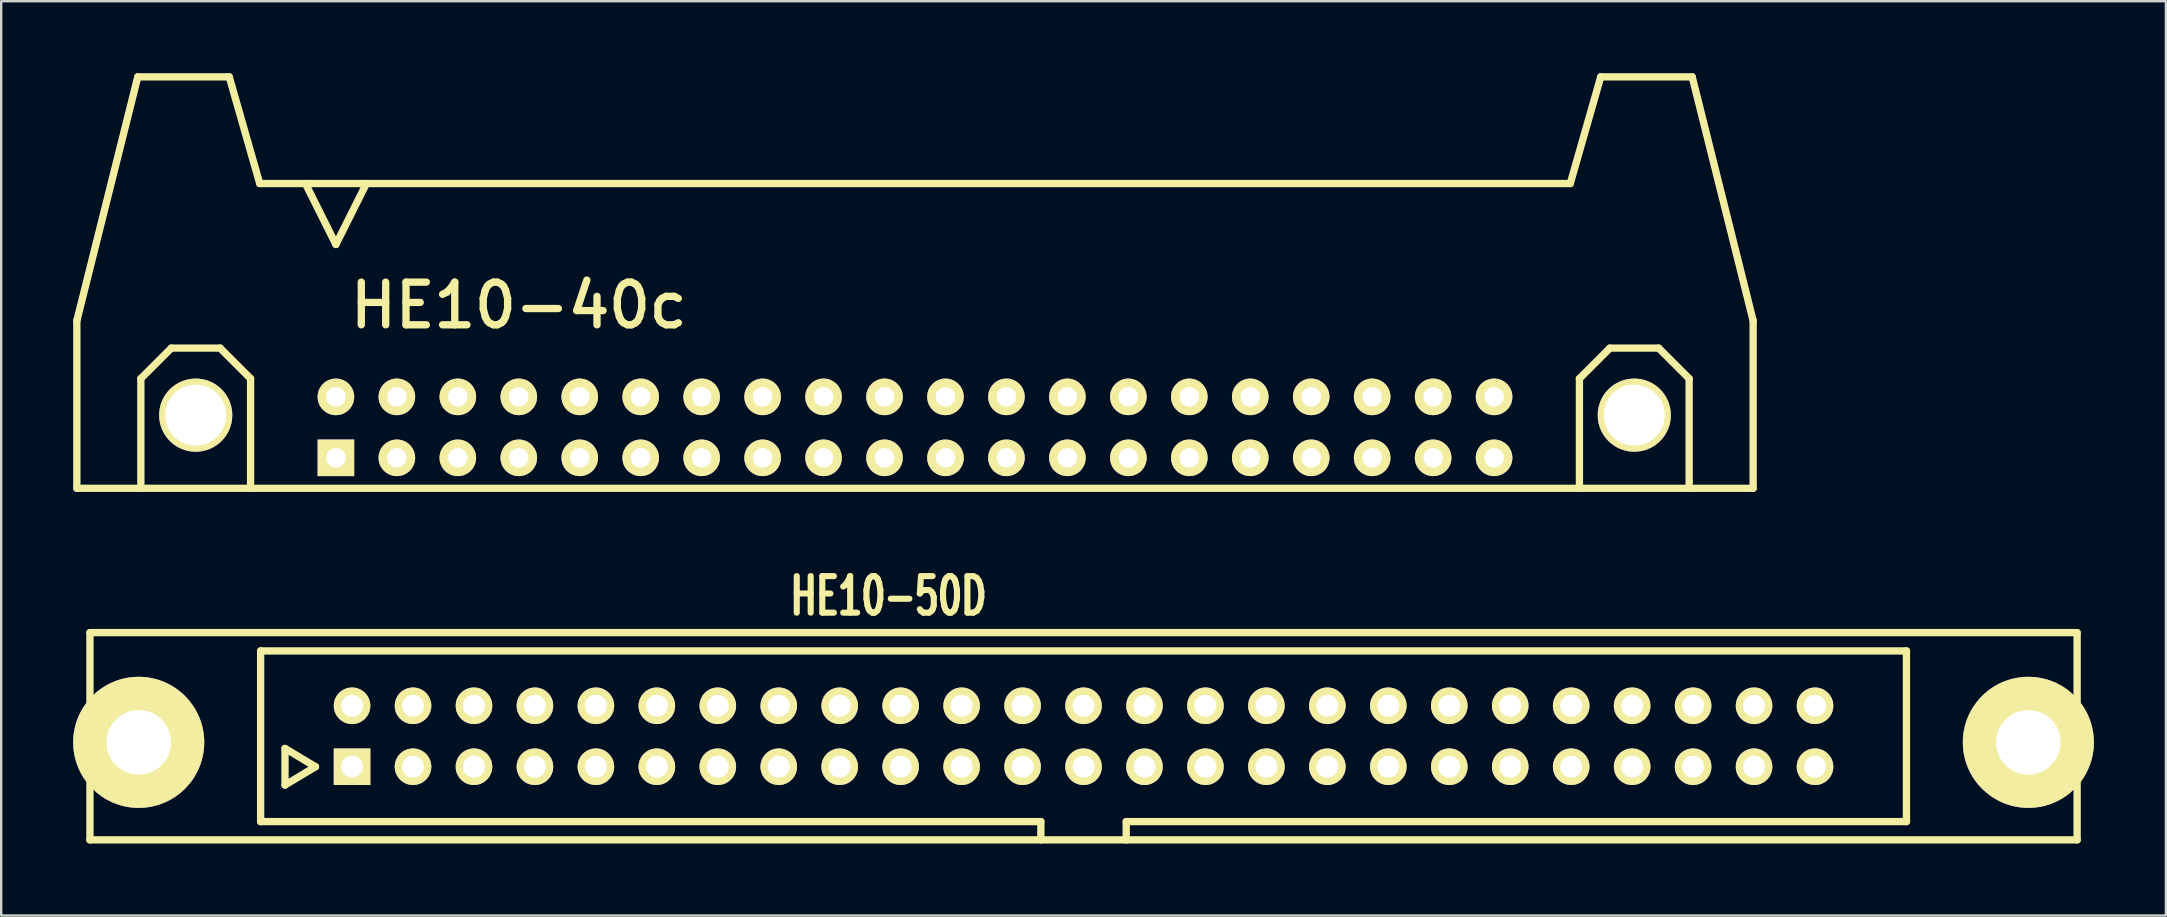
<source format=kicad_pcb>
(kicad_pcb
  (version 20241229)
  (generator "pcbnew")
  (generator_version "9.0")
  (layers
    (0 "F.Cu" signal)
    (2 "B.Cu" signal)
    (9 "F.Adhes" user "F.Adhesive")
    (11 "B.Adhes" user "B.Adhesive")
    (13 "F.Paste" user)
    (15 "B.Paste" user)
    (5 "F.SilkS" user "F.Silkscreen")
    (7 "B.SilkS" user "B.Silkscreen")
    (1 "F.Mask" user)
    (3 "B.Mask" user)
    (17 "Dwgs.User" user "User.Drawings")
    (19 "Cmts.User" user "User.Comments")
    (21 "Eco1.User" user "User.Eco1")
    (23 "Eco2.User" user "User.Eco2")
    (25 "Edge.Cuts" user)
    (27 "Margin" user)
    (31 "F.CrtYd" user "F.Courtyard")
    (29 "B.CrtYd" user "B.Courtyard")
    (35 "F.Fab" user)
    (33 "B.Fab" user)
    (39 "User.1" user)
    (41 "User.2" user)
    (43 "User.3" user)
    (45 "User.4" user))
  (footprint "HE10-50D"
    (layer "F.Cu")
    (at 42.1 27.629)
    (property "Reference" "HE10-50D" (at -8.128 -5.842 0) (layer "F.SilkS") (effects (font (size 1.524 1.016) (thickness 0.254))))
    (attr through_hole)
    (fp_line (start -41.402 -4.318) (end -41.402 4.318) (stroke (width 0.305) (type solid)) (layer "F.SilkS"))
    (fp_line (start -41.402 4.318) (end 41.402 4.318) (stroke (width 0.305) (type solid)) (layer "F.SilkS"))
    (fp_line (start -34.29 -3.556) (end 34.29 -3.556) (stroke (width 0.305) (type solid)) (layer "F.SilkS"))
    (fp_line (start -34.29 3.556) (end -34.29 -3.556) (stroke (width 0.305) (type solid)) (layer "F.SilkS"))
    (fp_line (start -33.274 0.508) (end -33.274 2.032) (stroke (width 0.305) (type solid)) (layer "F.SilkS"))
    (fp_line (start -33.274 2.032) (end -32.004 1.27) (stroke (width 0.305) (type solid)) (layer "F.SilkS"))
    (fp_line (start -32.004 1.27) (end -33.274 0.508) (stroke (width 0.305) (type solid)) (layer "F.SilkS"))
    (fp_line (start -1.778 3.556) (end -34.29 3.556) (stroke (width 0.305) (type solid)) (layer "F.SilkS"))
    (fp_line (start -1.778 4.318) (end -1.778 3.556) (stroke (width 0.305) (type solid)) (layer "F.SilkS"))
    (fp_line (start 1.778 3.556) (end 1.778 4.318) (stroke (width 0.305) (type solid)) (layer "F.SilkS"))
    (fp_line (start 34.29 -3.556) (end 34.29 3.556) (stroke (width 0.305) (type solid)) (layer "F.SilkS"))
    (fp_line (start 34.29 3.556) (end 1.778 3.556) (stroke (width 0.305) (type solid)) (layer "F.SilkS"))
    (fp_line (start 41.402 -4.318) (end -41.402 -4.318) (stroke (width 0.305) (type solid)) (layer "F.SilkS"))
    (fp_line (start 41.402 4.318) (end 41.402 -4.318) (stroke (width 0.305) (type solid)) (layer "F.SilkS"))
    (pad "" thru_hole circle (at -39.37 0.254) (size 5.461 5.461) (drill 2.692) (layers "*.Cu" "*.Mask" "F.SilkS"))
    (pad "" thru_hole circle (at 39.37 0.254) (size 5.461 5.461) (drill 2.692) (layers "*.Cu" "*.Mask" "F.SilkS"))
    (pad "1" thru_hole rect (at -30.48 1.27) (size 1.524 1.524) (drill 0.914) (layers "*.Cu" "*.Mask" "F.SilkS"))
    (pad "2" thru_hole circle (at -30.48 -1.27) (size 1.524 1.524) (drill 0.914) (layers "*.Cu" "*.Mask" "F.SilkS"))
    (pad "3" thru_hole circle (at -27.94 1.27) (size 1.524 1.524) (drill 0.914) (layers "*.Cu" "*.Mask" "F.SilkS"))
    (pad "4" thru_hole circle (at -27.94 -1.27) (size 1.524 1.524) (drill 0.914) (layers "*.Cu" "*.Mask" "F.SilkS"))
    (pad "5" thru_hole circle (at -25.4 1.27) (size 1.524 1.524) (drill 0.914) (layers "*.Cu" "*.Mask" "F.SilkS"))
    (pad "6" thru_hole circle (at -25.4 -1.27) (size 1.524 1.524) (drill 0.914) (layers "*.Cu" "*.Mask" "F.SilkS"))
    (pad "7" thru_hole circle (at -22.86 1.27) (size 1.524 1.524) (drill 0.914) (layers "*.Cu" "*.Mask" "F.SilkS"))
    (pad "8" thru_hole circle (at -22.86 -1.27) (size 1.524 1.524) (drill 0.914) (layers "*.Cu" "*.Mask" "F.SilkS"))
    (pad "9" thru_hole circle (at -20.32 1.27) (size 1.524 1.524) (drill 0.914) (layers "*.Cu" "*.Mask" "F.SilkS"))
    (pad "10" thru_hole circle (at -20.32 -1.27) (size 1.524 1.524) (drill 0.914) (layers "*.Cu" "*.Mask" "F.SilkS"))
    (pad "11" thru_hole circle (at -17.78 1.27) (size 1.524 1.524) (drill 0.914) (layers "*.Cu" "*.Mask" "F.SilkS"))
    (pad "12" thru_hole circle (at -17.78 -1.27) (size 1.524 1.524) (drill 0.914) (layers "*.Cu" "*.Mask" "F.SilkS"))
    (pad "13" thru_hole circle (at -15.24 1.27) (size 1.524 1.524) (drill 0.914) (layers "*.Cu" "*.Mask" "F.SilkS"))
    (pad "14" thru_hole circle (at -15.24 -1.27) (size 1.524 1.524) (drill 0.914) (layers "*.Cu" "*.Mask" "F.SilkS"))
    (pad "15" thru_hole circle (at -12.7 1.27) (size 1.524 1.524) (drill 0.914) (layers "*.Cu" "*.Mask" "F.SilkS"))
    (pad "16" thru_hole circle (at -12.7 -1.27) (size 1.524 1.524) (drill 0.914) (layers "*.Cu" "*.Mask" "F.SilkS"))
    (pad "17" thru_hole circle (at -10.16 1.27) (size 1.524 1.524) (drill 0.914) (layers "*.Cu" "*.Mask" "F.SilkS"))
    (pad "18" thru_hole circle (at -10.16 -1.27) (size 1.524 1.524) (drill 0.914) (layers "*.Cu" "*.Mask" "F.SilkS"))
    (pad "19" thru_hole circle (at -7.62 1.27) (size 1.524 1.524) (drill 0.914) (layers "*.Cu" "*.Mask" "F.SilkS"))
    (pad "20" thru_hole circle (at -7.62 -1.27) (size 1.524 1.524) (drill 0.914) (layers "*.Cu" "*.Mask" "F.SilkS"))
    (pad "21" thru_hole circle (at -5.08 1.27) (size 1.524 1.524) (drill 0.914) (layers "*.Cu" "*.Mask" "F.SilkS"))
    (pad "22" thru_hole circle (at -5.08 -1.27) (size 1.524 1.524) (drill 0.914) (layers "*.Cu" "*.Mask" "F.SilkS"))
    (pad "23" thru_hole circle (at -2.54 1.27) (size 1.524 1.524) (drill 0.914) (layers "*.Cu" "*.Mask" "F.SilkS"))
    (pad "24" thru_hole circle (at -2.54 -1.27) (size 1.524 1.524) (drill 0.914) (layers "*.Cu" "*.Mask" "F.SilkS"))
    (pad "25" thru_hole circle (at 0 1.27) (size 1.524 1.524) (drill 0.914) (layers "*.Cu" "*.Mask" "F.SilkS"))
    (pad "26" thru_hole circle (at 0 -1.27) (size 1.524 1.524) (drill 0.914) (layers "*.Cu" "*.Mask" "F.SilkS"))
    (pad "27" thru_hole circle (at 2.54 1.27) (size 1.524 1.524) (drill 0.914) (layers "*.Cu" "*.Mask" "F.SilkS"))
    (pad "28" thru_hole circle (at 2.54 -1.27) (size 1.524 1.524) (drill 0.914) (layers "*.Cu" "*.Mask" "F.SilkS"))
    (pad "29" thru_hole circle (at 5.08 1.27) (size 1.524 1.524) (drill 0.914) (layers "*.Cu" "*.Mask" "F.SilkS"))
    (pad "30" thru_hole circle (at 5.08 -1.27) (size 1.524 1.524) (drill 0.914) (layers "*.Cu" "*.Mask" "F.SilkS"))
    (pad "31" thru_hole circle (at 7.62 1.27) (size 1.524 1.524) (drill 0.914) (layers "*.Cu" "*.Mask" "F.SilkS"))
    (pad "32" thru_hole circle (at 7.62 -1.27) (size 1.524 1.524) (drill 0.914) (layers "*.Cu" "*.Mask" "F.SilkS"))
    (pad "33" thru_hole circle (at 10.16 1.27) (size 1.524 1.524) (drill 0.914) (layers "*.Cu" "*.Mask" "F.SilkS"))
    (pad "34" thru_hole circle (at 10.16 -1.27) (size 1.524 1.524) (drill 0.914) (layers "*.Cu" "*.Mask" "F.SilkS"))
    (pad "35" thru_hole circle (at 12.7 1.27) (size 1.524 1.524) (drill 0.914) (layers "*.Cu" "*.Mask" "F.SilkS"))
    (pad "36" thru_hole circle (at 12.7 -1.27) (size 1.524 1.524) (drill 0.914) (layers "*.Cu" "*.Mask" "F.SilkS"))
    (pad "37" thru_hole circle (at 15.24 1.27) (size 1.524 1.524) (drill 0.914) (layers "*.Cu" "*.Mask" "F.SilkS"))
    (pad "38" thru_hole circle (at 15.24 -1.27) (size 1.524 1.524) (drill 0.914) (layers "*.Cu" "*.Mask" "F.SilkS"))
    (pad "39" thru_hole circle (at 17.78 1.27) (size 1.524 1.524) (drill 0.914) (layers "*.Cu" "*.Mask" "F.SilkS"))
    (pad "40" thru_hole circle (at 17.78 -1.27) (size 1.524 1.524) (drill 0.914) (layers "*.Cu" "*.Mask" "F.SilkS"))
    (pad "41" thru_hole circle (at 20.32 1.27) (size 1.524 1.524) (drill 0.914) (layers "*.Cu" "*.Mask" "F.SilkS"))
    (pad "42" thru_hole circle (at 20.32 -1.27) (size 1.524 1.524) (drill 0.914) (layers "*.Cu" "*.Mask" "F.SilkS"))
    (pad "43" thru_hole circle (at 22.86 1.27) (size 1.524 1.524) (drill 0.914) (layers "*.Cu" "*.Mask" "F.SilkS"))
    (pad "44" thru_hole circle (at 22.86 -1.27) (size 1.524 1.524) (drill 0.914) (layers "*.Cu" "*.Mask" "F.SilkS"))
    (pad "45" thru_hole circle (at 25.4 1.27) (size 1.524 1.524) (drill 0.914) (layers "*.Cu" "*.Mask" "F.SilkS"))
    (pad "46" thru_hole circle (at 25.4 -1.27) (size 1.524 1.524) (drill 0.914) (layers "*.Cu" "*.Mask" "F.SilkS"))
    (pad "47" thru_hole circle (at 27.94 1.27) (size 1.524 1.524) (drill 0.914) (layers "*.Cu" "*.Mask" "F.SilkS"))
    (pad "48" thru_hole circle (at 27.94 -1.27) (size 1.524 1.524) (drill 0.914) (layers "*.Cu" "*.Mask" "F.SilkS"))
    (pad "49" thru_hole circle (at 30.48 1.27) (size 1.524 1.524) (drill 0.914) (layers "*.Cu" "*.Mask" "F.SilkS"))
    (pad "50" thru_hole circle (at 30.48 -1.27) (size 1.524 1.524) (drill 0.914) (layers "*.Cu" "*.Mask" "F.SilkS")))
  (footprint "HE10-40c"
    (layer "F.Cu")
    (at 35.077 14.757)
    (property "Reference" "HE10-40c" (at -16.51 -5.08 0) (layer "F.SilkS") (effects (font (size 1.778 1.778) (thickness 0.305))))
    (attr through_hole)
    (fp_line (start -34.925 -4.445) (end -34.925 2.54) (stroke (width 0.305) (type solid)) (layer "F.SilkS"))
    (fp_line (start -34.925 2.54) (end 34.925 2.54) (stroke (width 0.305) (type solid)) (layer "F.SilkS"))
    (fp_line (start -32.385 -14.605) (end -34.925 -4.445) (stroke (width 0.305) (type solid)) (layer "F.SilkS"))
    (fp_line (start -32.385 -14.605) (end -28.575 -14.605) (stroke (width 0.305) (type solid)) (layer "F.SilkS"))
    (fp_line (start -32.258 -2.032) (end -30.988 -3.302) (stroke (width 0.305) (type solid)) (layer "F.SilkS"))
    (fp_line (start -32.258 2.54) (end -32.258 -2.032) (stroke (width 0.305) (type solid)) (layer "F.SilkS"))
    (fp_line (start -30.988 -3.302) (end -28.956 -3.302) (stroke (width 0.305) (type solid)) (layer "F.SilkS"))
    (fp_line (start -28.956 -3.302) (end -27.686 -2.032) (stroke (width 0.305) (type solid)) (layer "F.SilkS"))
    (fp_line (start -28.575 -14.605) (end -27.305 -10.16) (stroke (width 0.305) (type solid)) (layer "F.SilkS"))
    (fp_line (start -27.686 -2.032) (end -27.686 2.54) (stroke (width 0.305) (type solid)) (layer "F.SilkS"))
    (fp_line (start -25.4 -10.16) (end -24.13 -7.62) (stroke (width 0.305) (type solid)) (layer "F.SilkS"))
    (fp_line (start -24.13 -7.62) (end -22.86 -10.16) (stroke (width 0.305) (type solid)) (layer "F.SilkS"))
    (fp_line (start 27.305 -10.16) (end -27.305 -10.16) (stroke (width 0.305) (type solid)) (layer "F.SilkS"))
    (fp_line (start 27.686 -2.032) (end 28.956 -3.302) (stroke (width 0.305) (type solid)) (layer "F.SilkS"))
    (fp_line (start 27.686 2.54) (end 27.686 -2.032) (stroke (width 0.305) (type solid)) (layer "F.SilkS"))
    (fp_line (start 28.575 -14.605) (end 27.305 -10.16) (stroke (width 0.305) (type solid)) (layer "F.SilkS"))
    (fp_line (start 28.956 -3.302) (end 30.988 -3.302) (stroke (width 0.305) (type solid)) (layer "F.SilkS"))
    (fp_line (start 30.988 -3.302) (end 32.258 -2.032) (stroke (width 0.305) (type solid)) (layer "F.SilkS"))
    (fp_line (start 32.258 -2.032) (end 32.258 2.54) (stroke (width 0.305) (type solid)) (layer "F.SilkS"))
    (fp_line (start 32.385 -14.605) (end 28.575 -14.605) (stroke (width 0.305) (type solid)) (layer "F.SilkS"))
    (fp_line (start 34.925 -4.445) (end 32.385 -14.605) (stroke (width 0.305) (type solid)) (layer "F.SilkS"))
    (fp_line (start 34.925 2.54) (end 34.925 -4.445) (stroke (width 0.305) (type solid)) (layer "F.SilkS"))
    (pad "0" thru_hole circle (at -29.972 -0.508) (size 3.048 3.048) (drill 2.54) (layers "*.Cu" "*.Mask" "F.SilkS"))
    (pad "0" thru_hole circle (at 29.972 -0.508) (size 3.048 3.048) (drill 2.54) (layers "*.Cu" "*.Mask" "F.SilkS"))
    (pad "1" thru_hole rect (at -24.13 1.27) (size 1.524 1.524) (drill 0.813) (layers "*.Cu" "*.Mask" "F.SilkS"))
    (pad "2" thru_hole circle (at -24.13 -1.27) (size 1.524 1.524) (drill 0.813) (layers "*.Cu" "*.Mask" "F.SilkS"))
    (pad "3" thru_hole circle (at -21.59 1.27) (size 1.524 1.524) (drill 0.813) (layers "*.Cu" "*.Mask" "F.SilkS"))
    (pad "4" thru_hole circle (at -21.59 -1.27) (size 1.524 1.524) (drill 0.813) (layers "*.Cu" "*.Mask" "F.SilkS"))
    (pad "5" thru_hole circle (at -19.05 1.27) (size 1.524 1.524) (drill 0.813) (layers "*.Cu" "*.Mask" "F.SilkS"))
    (pad "6" thru_hole circle (at -19.05 -1.27) (size 1.524 1.524) (drill 0.813) (layers "*.Cu" "*.Mask" "F.SilkS"))
    (pad "7" thru_hole circle (at -16.51 1.27) (size 1.524 1.524) (drill 0.813) (layers "*.Cu" "*.Mask" "F.SilkS"))
    (pad "8" thru_hole circle (at -16.51 -1.27) (size 1.524 1.524) (drill 0.813) (layers "*.Cu" "*.Mask" "F.SilkS"))
    (pad "9" thru_hole circle (at -13.97 1.27) (size 1.524 1.524) (drill 0.813) (layers "*.Cu" "*.Mask" "F.SilkS"))
    (pad "10" thru_hole circle (at -13.97 -1.27) (size 1.524 1.524) (drill 0.813) (layers "*.Cu" "*.Mask" "F.SilkS"))
    (pad "11" thru_hole circle (at -11.43 1.27) (size 1.524 1.524) (drill 0.813) (layers "*.Cu" "*.Mask" "F.SilkS"))
    (pad "12" thru_hole circle (at -11.43 -1.27) (size 1.524 1.524) (drill 0.813) (layers "*.Cu" "*.Mask" "F.SilkS"))
    (pad "13" thru_hole circle (at -8.89 1.27) (size 1.524 1.524) (drill 0.813) (layers "*.Cu" "*.Mask" "F.SilkS"))
    (pad "14" thru_hole circle (at -8.89 -1.27) (size 1.524 1.524) (drill 0.813) (layers "*.Cu" "*.Mask" "F.SilkS"))
    (pad "15" thru_hole circle (at -6.35 1.27) (size 1.524 1.524) (drill 0.813) (layers "*.Cu" "*.Mask" "F.SilkS"))
    (pad "16" thru_hole circle (at -6.35 -1.27) (size 1.524 1.524) (drill 0.813) (layers "*.Cu" "*.Mask" "F.SilkS"))
    (pad "17" thru_hole circle (at -3.81 1.27) (size 1.524 1.524) (drill 0.813) (layers "*.Cu" "*.Mask" "F.SilkS"))
    (pad "18" thru_hole circle (at -3.81 -1.27) (size 1.524 1.524) (drill 0.813) (layers "*.Cu" "*.Mask" "F.SilkS"))
    (pad "19" thru_hole circle (at -1.27 1.27) (size 1.524 1.524) (drill 0.813) (layers "*.Cu" "*.Mask" "F.SilkS"))
    (pad "20" thru_hole circle (at -1.27 -1.27) (size 1.524 1.524) (drill 0.813) (layers "*.Cu" "*.Mask" "F.SilkS"))
    (pad "21" thru_hole circle (at 1.27 1.27) (size 1.524 1.524) (drill 0.813) (layers "*.Cu" "*.Mask" "F.SilkS"))
    (pad "22" thru_hole circle (at 1.27 -1.27) (size 1.524 1.524) (drill 0.813) (layers "*.Cu" "*.Mask" "F.SilkS"))
    (pad "23" thru_hole circle (at 3.81 1.27) (size 1.524 1.524) (drill 0.813) (layers "*.Cu" "*.Mask" "F.SilkS"))
    (pad "24" thru_hole circle (at 3.81 -1.27) (size 1.524 1.524) (drill 0.813) (layers "*.Cu" "*.Mask" "F.SilkS"))
    (pad "25" thru_hole circle (at 6.35 1.27) (size 1.524 1.524) (drill 0.813) (layers "*.Cu" "*.Mask" "F.SilkS"))
    (pad "26" thru_hole circle (at 6.35 -1.27) (size 1.524 1.524) (drill 0.813) (layers "*.Cu" "*.Mask" "F.SilkS"))
    (pad "27" thru_hole circle (at 8.89 1.27) (size 1.524 1.524) (drill 0.813) (layers "*.Cu" "*.Mask" "F.SilkS"))
    (pad "28" thru_hole circle (at 8.89 -1.27) (size 1.524 1.524) (drill 0.813) (layers "*.Cu" "*.Mask" "F.SilkS"))
    (pad "29" thru_hole circle (at 11.43 1.27) (size 1.524 1.524) (drill 0.813) (layers "*.Cu" "*.Mask" "F.SilkS"))
    (pad "30" thru_hole circle (at 11.43 -1.27) (size 1.524 1.524) (drill 0.813) (layers "*.Cu" "*.Mask" "F.SilkS"))
    (pad "31" thru_hole circle (at 13.97 1.27) (size 1.524 1.524) (drill 0.813) (layers "*.Cu" "*.Mask" "F.SilkS"))
    (pad "32" thru_hole circle (at 13.97 -1.27) (size 1.524 1.524) (drill 0.813) (layers "*.Cu" "*.Mask" "F.SilkS"))
    (pad "33" thru_hole circle (at 16.51 1.27) (size 1.524 1.524) (drill 0.813) (layers "*.Cu" "*.Mask" "F.SilkS"))
    (pad "34" thru_hole circle (at 16.51 -1.27) (size 1.524 1.524) (drill 0.813) (layers "*.Cu" "*.Mask" "F.SilkS"))
    (pad "35" thru_hole circle (at 19.05 1.27) (size 1.524 1.524) (drill 0.813) (layers "*.Cu" "*.Mask" "F.SilkS"))
    (pad "36" thru_hole circle (at 19.05 -1.27) (size 1.524 1.524) (drill 0.813) (layers "*.Cu" "*.Mask" "F.SilkS"))
    (pad "37" thru_hole circle (at 21.59 1.27) (size 1.524 1.524) (drill 0.813) (layers "*.Cu" "*.Mask" "F.SilkS"))
    (pad "38" thru_hole circle (at 21.59 -1.27) (size 1.524 1.524) (drill 0.813) (layers "*.Cu" "*.Mask" "F.SilkS"))
    (pad "39" thru_hole circle (at 24.13 1.27) (size 1.524 1.524) (drill 0.813) (layers "*.Cu" "*.Mask" "F.SilkS"))
    (pad "40" thru_hole circle (at 24.13 -1.27) (size 1.524 1.524) (drill 0.813) (layers "*.Cu" "*.Mask" "F.SilkS")))
  (gr_rect
    (start -3 -3)
    (end 87.201 35.1)
    (stroke (width 0.1) (type default))
    (fill no)
    (layer "Edge.Cuts")))
</source>
